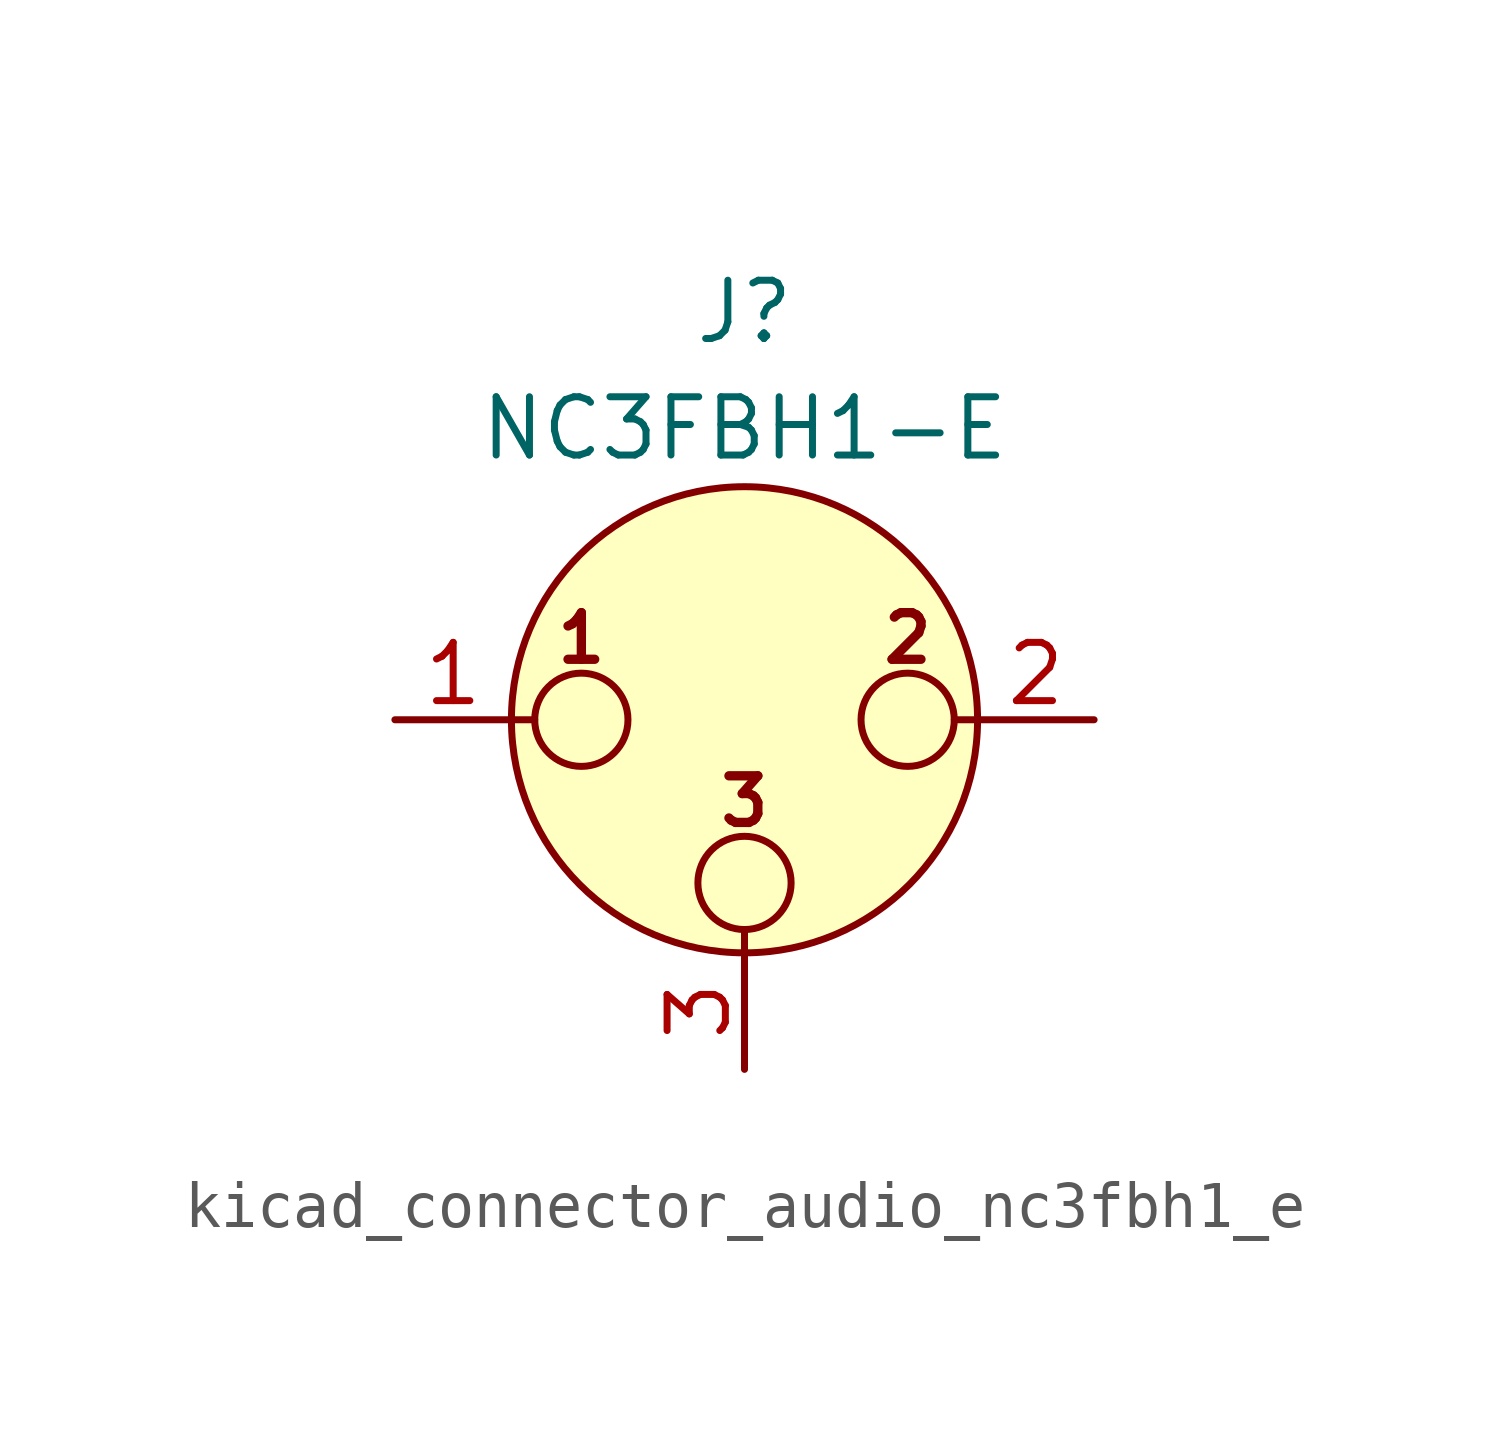
<source format=kicad_sym>
(kicad_symbol_lib
  (version 20220914)
  (generator kicad_symbol_editor)
  (symbol "kicad_connector_audio_nc3fbh1_e"
    (pin_names hide)
    (property "Reference" "J"
      (at 0 8.89 0)
      (effects (font (size 1.27 1.27))))
    (property "Value" "NC3FBH1-E"
      (at 0 6.35 0)
      (effects (font (size 1.27 1.27))))
    (symbol "kicad_connector_audio_nc3fbh1_e_0_1"
      (circle (center -3.556 0) (radius 1.016) (stroke (width 0) (type default)) (fill (type none)))
      (circle (center 0 -3.556) (radius 1.016) (stroke (width 0) (type default)) (fill (type none)))
      (polyline (pts (xy -5.08 0) (xy -4.572 0)) (stroke (width 0) (type default)) (fill (type none)))
      (polyline (pts (xy 0 -5.08) (xy 0 -4.572)) (stroke (width 0) (type default)) (fill (type none)))
      (polyline (pts (xy 5.08 0) (xy 4.572 0)) (stroke (width 0) (type default)) (fill (type none)))
      (circle (center 0 0) (radius 5.08) (stroke (width 0) (type default)) (fill (type background)))
      (circle (center 3.556 0) (radius 1.016) (stroke (width 0) (type default)) (fill (type none)))
      (text "1" (at -3.556 1.778 0) (effects (font (size 1.016 1.016) bold)))
      (text "2" (at 3.556 1.778 0) (effects (font (size 1.016 1.016) bold)))
      (text "3" (at 0 -1.778 0) (effects (font (size 1.016 1.016) bold)))
      (pin passive line (at -7.62 0 0) (length 2.54) (name "~" (effects (font (size 1.27 1.27)))) (number "1" (effects (font (size 1.27 1.27)))))
      (pin passive line (at 7.62 0 180) (length 2.54) (name "~" (effects (font (size 1.27 1.27)))) (number "2" (effects (font (size 1.27 1.27)))))
      (pin passive line (at 0 -7.62 90) (length 2.54) (name "~" (effects (font (size 1.27 1.27)))) (number "3" (effects (font (size 1.27 1.27))))))))
</source>
